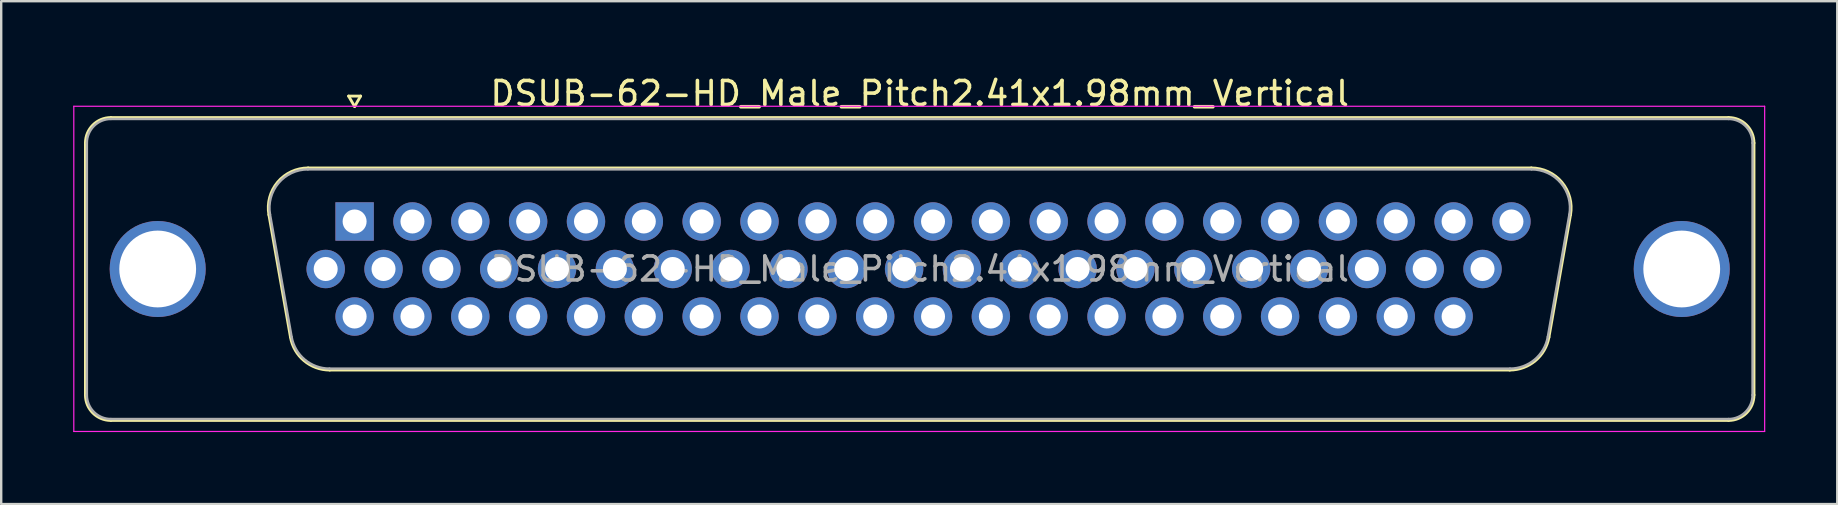
<source format=kicad_pcb>
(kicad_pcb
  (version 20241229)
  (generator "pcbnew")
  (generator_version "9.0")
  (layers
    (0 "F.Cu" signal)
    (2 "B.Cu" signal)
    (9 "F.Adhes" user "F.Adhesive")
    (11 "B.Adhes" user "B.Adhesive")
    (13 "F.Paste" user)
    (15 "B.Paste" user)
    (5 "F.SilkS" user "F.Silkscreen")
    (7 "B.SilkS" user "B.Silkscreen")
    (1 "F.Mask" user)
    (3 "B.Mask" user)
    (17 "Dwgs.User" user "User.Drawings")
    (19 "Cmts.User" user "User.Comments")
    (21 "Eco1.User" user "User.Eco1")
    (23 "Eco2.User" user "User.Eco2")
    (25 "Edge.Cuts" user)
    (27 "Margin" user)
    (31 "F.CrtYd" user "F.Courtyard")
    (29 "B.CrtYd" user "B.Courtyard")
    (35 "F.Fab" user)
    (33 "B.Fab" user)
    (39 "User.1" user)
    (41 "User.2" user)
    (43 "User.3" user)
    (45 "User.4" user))
  (footprint "DSUB-62-HD_Male_Pitch2.41x1.98mm_Vertical"
    (layer "F.Cu")
    (at 11.725 6.178)
    (property "Reference" "DSUB-62-HD_Male_Pitch2.41x1.98mm_Vertical" (at 23.545 -5.33 0) (layer "F.SilkS") (effects (font (size 1 1) (thickness 0.15))))
    (attr through_hole)
    (fp_line (start -11.215 7.23) (end -11.215 -3.27) (stroke (width 0.12) (type solid)) (layer "F.SilkS"))
    (fp_line (start -10.155 -4.33) (end 57.245 -4.33) (stroke (width 0.12) (type solid)) (layer "F.SilkS"))
    (fp_line (start -3.571 -0.282) (end -2.672 4.818) (stroke (width 0.12) (type solid)) (layer "F.SilkS"))
    (fp_line (start -1.937 -2.23) (end 49.027 -2.23) (stroke (width 0.12) (type solid)) (layer "F.SilkS"))
    (fp_line (start -1.037 6.19) (end 48.127 6.19) (stroke (width 0.12) (type solid)) (layer "F.SilkS"))
    (fp_line (start -0.25 -5.224) (end 0.25 -5.224) (stroke (width 0.12) (type solid)) (layer "F.SilkS"))
    (fp_line (start 0 -4.791) (end -0.25 -5.224) (stroke (width 0.12) (type solid)) (layer "F.SilkS"))
    (fp_line (start 0.25 -5.224) (end 0 -4.791) (stroke (width 0.12) (type solid)) (layer "F.SilkS"))
    (fp_line (start 50.661 -0.282) (end 49.762 4.818) (stroke (width 0.12) (type solid)) (layer "F.SilkS"))
    (fp_line (start 57.245 8.29) (end -10.155 8.29) (stroke (width 0.12) (type solid)) (layer "F.SilkS"))
    (fp_line (start 58.305 -3.27) (end 58.305 7.23) (stroke (width 0.12) (type solid)) (layer "F.SilkS"))
    (fp_arc (start -11.215 -3.27) (mid -10.904533 -4.019533) (end -10.155 -4.33) (stroke (width 0.12) (type solid)) (layer "F.SilkS"))
    (fp_arc (start -10.155 8.29) (mid -10.904533 7.979533) (end -11.215 7.23) (stroke (width 0.12) (type solid)) (layer "F.SilkS"))
    (fp_arc (start -3.57147 -0.281744) (mid -3.208323 -1.637028) (end -1.936689 -2.23) (stroke (width 0.12) (type solid)) (layer "F.SilkS"))
    (fp_arc (start -1.037421 6.19) (mid -2.104448 5.801634) (end -2.672202 4.818256) (stroke (width 0.12) (type solid)) (layer "F.SilkS"))
    (fp_arc (start 49.026689 -2.23) (mid 50.298323 -1.637027) (end 50.66147 -0.281744) (stroke (width 0.12) (type solid)) (layer "F.SilkS"))
    (fp_arc (start 49.762202 4.818256) (mid 49.194449 5.801634) (end 48.127421 6.19) (stroke (width 0.12) (type solid)) (layer "F.SilkS"))
    (fp_arc (start 57.245 -4.33) (mid 57.994533 -4.019533) (end 58.305 -3.27) (stroke (width 0.12) (type solid)) (layer "F.SilkS"))
    (fp_arc (start 58.305 7.23) (mid 57.994533 7.979533) (end 57.245 8.29) (stroke (width 0.12) (type solid)) (layer "F.SilkS"))
    (fp_line (start -11.7 -4.8) (end -11.7 8.75) (stroke (width 0.05) (type solid)) (layer "F.CrtYd"))
    (fp_line (start -11.7 8.75) (end 58.75 8.75) (stroke (width 0.05) (type solid)) (layer "F.CrtYd"))
    (fp_line (start 58.75 -4.8) (end -11.7 -4.8) (stroke (width 0.05) (type solid)) (layer "F.CrtYd"))
    (fp_line (start 58.75 8.75) (end 58.75 -4.8) (stroke (width 0.05) (type solid)) (layer "F.CrtYd"))
    (fp_line (start -11.155 7.23) (end -11.155 -3.27) (stroke (width 0.1) (type solid)) (layer "F.Fab"))
    (fp_line (start -10.155 -4.27) (end 57.245 -4.27) (stroke (width 0.1) (type solid)) (layer "F.Fab"))
    (fp_line (start -3.524 -0.292) (end -2.625 4.808) (stroke (width 0.1) (type solid)) (layer "F.Fab"))
    (fp_line (start -1.948 -2.17) (end 49.038 -2.17) (stroke (width 0.1) (type solid)) (layer "F.Fab"))
    (fp_line (start -1.049 6.13) (end 48.139 6.13) (stroke (width 0.1) (type solid)) (layer "F.Fab"))
    (fp_line (start 50.614 -0.292) (end 49.715 4.808) (stroke (width 0.1) (type solid)) (layer "F.Fab"))
    (fp_line (start 57.245 8.23) (end -10.155 8.23) (stroke (width 0.1) (type solid)) (layer "F.Fab"))
    (fp_line (start 58.245 -3.27) (end 58.245 7.23) (stroke (width 0.1) (type solid)) (layer "F.Fab"))
    (fp_arc (start -11.155 -3.27) (mid -10.862107 -3.977107) (end -10.155 -4.27) (stroke (width 0.1) (type solid)) (layer "F.Fab"))
    (fp_arc (start -10.155 8.23) (mid -10.862107 7.937107) (end -11.155 7.23) (stroke (width 0.1) (type solid)) (layer "F.Fab"))
    (fp_arc (start -3.523886 -0.292163) (mid -3.173865 -1.59846) (end -1.948194 -2.17) (stroke (width 0.1) (type solid)) (layer "F.Fab"))
    (fp_arc (start -1.048927 6.13) (mid -2.077387 5.755671) (end -2.624619 4.807837) (stroke (width 0.1) (type solid)) (layer "F.Fab"))
    (fp_arc (start 49.038194 -2.17) (mid 50.263865 -1.59846) (end 50.613886 -0.292163) (stroke (width 0.1) (type solid)) (layer "F.Fab"))
    (fp_arc (start 49.714619 4.807837) (mid 49.167387 5.755671) (end 48.138927 6.13) (stroke (width 0.1) (type solid)) (layer "F.Fab"))
    (fp_arc (start 57.245 -4.27) (mid 57.952107 -3.977107) (end 58.245 -3.27) (stroke (width 0.1) (type solid)) (layer "F.Fab"))
    (fp_arc (start 58.245 7.23) (mid 57.952107 7.937107) (end 57.245 8.23) (stroke (width 0.1) (type solid)) (layer "F.Fab"))
    (fp_text user "${REFERENCE}" (at 23.545 1.98 0) (layer "F.Fab") (effects (font (size 1 1) (thickness 0.15))))
    (pad "0" thru_hole circle (at -8.205 1.98) (size 4 4) (drill 3.2) (layers "*.Cu" "*.Mask"))
    (pad "0" thru_hole circle (at 55.295 1.98) (size 4 4) (drill 3.2) (layers "*.Cu" "*.Mask"))
    (pad "1" thru_hole rect (at 0 0) (size 1.6 1.6) (drill 1) (layers "*.Cu" "*.Mask"))
    (pad "2" thru_hole circle (at 2.41 0) (size 1.6 1.6) (drill 1) (layers "*.Cu" "*.Mask"))
    (pad "3" thru_hole circle (at 4.82 0) (size 1.6 1.6) (drill 1) (layers "*.Cu" "*.Mask"))
    (pad "4" thru_hole circle (at 7.23 0) (size 1.6 1.6) (drill 1) (layers "*.Cu" "*.Mask"))
    (pad "5" thru_hole circle (at 9.64 0) (size 1.6 1.6) (drill 1) (layers "*.Cu" "*.Mask"))
    (pad "6" thru_hole circle (at 12.05 0) (size 1.6 1.6) (drill 1) (layers "*.Cu" "*.Mask"))
    (pad "7" thru_hole circle (at 14.46 0) (size 1.6 1.6) (drill 1) (layers "*.Cu" "*.Mask"))
    (pad "8" thru_hole circle (at 16.87 0) (size 1.6 1.6) (drill 1) (layers "*.Cu" "*.Mask"))
    (pad "9" thru_hole circle (at 19.28 0) (size 1.6 1.6) (drill 1) (layers "*.Cu" "*.Mask"))
    (pad "10" thru_hole circle (at 21.69 0) (size 1.6 1.6) (drill 1) (layers "*.Cu" "*.Mask"))
    (pad "11" thru_hole circle (at 24.1 0) (size 1.6 1.6) (drill 1) (layers "*.Cu" "*.Mask"))
    (pad "12" thru_hole circle (at 26.51 0) (size 1.6 1.6) (drill 1) (layers "*.Cu" "*.Mask"))
    (pad "13" thru_hole circle (at 28.92 0) (size 1.6 1.6) (drill 1) (layers "*.Cu" "*.Mask"))
    (pad "14" thru_hole circle (at 31.33 0) (size 1.6 1.6) (drill 1) (layers "*.Cu" "*.Mask"))
    (pad "15" thru_hole circle (at 33.74 0) (size 1.6 1.6) (drill 1) (layers "*.Cu" "*.Mask"))
    (pad "16" thru_hole circle (at 36.15 0) (size 1.6 1.6) (drill 1) (layers "*.Cu" "*.Mask"))
    (pad "17" thru_hole circle (at 38.56 0) (size 1.6 1.6) (drill 1) (layers "*.Cu" "*.Mask"))
    (pad "18" thru_hole circle (at 40.97 0) (size 1.6 1.6) (drill 1) (layers "*.Cu" "*.Mask"))
    (pad "19" thru_hole circle (at 43.38 0) (size 1.6 1.6) (drill 1) (layers "*.Cu" "*.Mask"))
    (pad "20" thru_hole circle (at 45.79 0) (size 1.6 1.6) (drill 1) (layers "*.Cu" "*.Mask"))
    (pad "21" thru_hole circle (at 48.2 0) (size 1.6 1.6) (drill 1) (layers "*.Cu" "*.Mask"))
    (pad "22" thru_hole circle (at -1.205 1.98) (size 1.6 1.6) (drill 1) (layers "*.Cu" "*.Mask"))
    (pad "23" thru_hole circle (at 1.205 1.98) (size 1.6 1.6) (drill 1) (layers "*.Cu" "*.Mask"))
    (pad "24" thru_hole circle (at 3.615 1.98) (size 1.6 1.6) (drill 1) (layers "*.Cu" "*.Mask"))
    (pad "25" thru_hole circle (at 6.025 1.98) (size 1.6 1.6) (drill 1) (layers "*.Cu" "*.Mask"))
    (pad "26" thru_hole circle (at 8.435 1.98) (size 1.6 1.6) (drill 1) (layers "*.Cu" "*.Mask"))
    (pad "27" thru_hole circle (at 10.845 1.98) (size 1.6 1.6) (drill 1) (layers "*.Cu" "*.Mask"))
    (pad "28" thru_hole circle (at 13.255 1.98) (size 1.6 1.6) (drill 1) (layers "*.Cu" "*.Mask"))
    (pad "29" thru_hole circle (at 15.665 1.98) (size 1.6 1.6) (drill 1) (layers "*.Cu" "*.Mask"))
    (pad "30" thru_hole circle (at 18.075 1.98) (size 1.6 1.6) (drill 1) (layers "*.Cu" "*.Mask"))
    (pad "31" thru_hole circle (at 20.485 1.98) (size 1.6 1.6) (drill 1) (layers "*.Cu" "*.Mask"))
    (pad "32" thru_hole circle (at 22.895 1.98) (size 1.6 1.6) (drill 1) (layers "*.Cu" "*.Mask"))
    (pad "33" thru_hole circle (at 25.305 1.98) (size 1.6 1.6) (drill 1) (layers "*.Cu" "*.Mask"))
    (pad "34" thru_hole circle (at 27.715 1.98) (size 1.6 1.6) (drill 1) (layers "*.Cu" "*.Mask"))
    (pad "35" thru_hole circle (at 30.125 1.98) (size 1.6 1.6) (drill 1) (layers "*.Cu" "*.Mask"))
    (pad "36" thru_hole circle (at 32.535 1.98) (size 1.6 1.6) (drill 1) (layers "*.Cu" "*.Mask"))
    (pad "37" thru_hole circle (at 34.945 1.98) (size 1.6 1.6) (drill 1) (layers "*.Cu" "*.Mask"))
    (pad "38" thru_hole circle (at 37.355 1.98) (size 1.6 1.6) (drill 1) (layers "*.Cu" "*.Mask"))
    (pad "39" thru_hole circle (at 39.765 1.98) (size 1.6 1.6) (drill 1) (layers "*.Cu" "*.Mask"))
    (pad "40" thru_hole circle (at 42.175 1.98) (size 1.6 1.6) (drill 1) (layers "*.Cu" "*.Mask"))
    (pad "41" thru_hole circle (at 44.585 1.98) (size 1.6 1.6) (drill 1) (layers "*.Cu" "*.Mask"))
    (pad "42" thru_hole circle (at 46.995 1.98) (size 1.6 1.6) (drill 1) (layers "*.Cu" "*.Mask"))
    (pad "43" thru_hole circle (at 0 3.96) (size 1.6 1.6) (drill 1) (layers "*.Cu" "*.Mask"))
    (pad "44" thru_hole circle (at 2.41 3.96) (size 1.6 1.6) (drill 1) (layers "*.Cu" "*.Mask"))
    (pad "45" thru_hole circle (at 4.82 3.96) (size 1.6 1.6) (drill 1) (layers "*.Cu" "*.Mask"))
    (pad "46" thru_hole circle (at 7.23 3.96) (size 1.6 1.6) (drill 1) (layers "*.Cu" "*.Mask"))
    (pad "47" thru_hole circle (at 9.64 3.96) (size 1.6 1.6) (drill 1) (layers "*.Cu" "*.Mask"))
    (pad "48" thru_hole circle (at 12.05 3.96) (size 1.6 1.6) (drill 1) (layers "*.Cu" "*.Mask"))
    (pad "49" thru_hole circle (at 14.46 3.96) (size 1.6 1.6) (drill 1) (layers "*.Cu" "*.Mask"))
    (pad "50" thru_hole circle (at 16.87 3.96) (size 1.6 1.6) (drill 1) (layers "*.Cu" "*.Mask"))
    (pad "51" thru_hole circle (at 19.28 3.96) (size 1.6 1.6) (drill 1) (layers "*.Cu" "*.Mask"))
    (pad "52" thru_hole circle (at 21.69 3.96) (size 1.6 1.6) (drill 1) (layers "*.Cu" "*.Mask"))
    (pad "53" thru_hole circle (at 24.1 3.96) (size 1.6 1.6) (drill 1) (layers "*.Cu" "*.Mask"))
    (pad "54" thru_hole circle (at 26.51 3.96) (size 1.6 1.6) (drill 1) (layers "*.Cu" "*.Mask"))
    (pad "55" thru_hole circle (at 28.92 3.96) (size 1.6 1.6) (drill 1) (layers "*.Cu" "*.Mask"))
    (pad "56" thru_hole circle (at 31.33 3.96) (size 1.6 1.6) (drill 1) (layers "*.Cu" "*.Mask"))
    (pad "57" thru_hole circle (at 33.74 3.96) (size 1.6 1.6) (drill 1) (layers "*.Cu" "*.Mask"))
    (pad "58" thru_hole circle (at 36.15 3.96) (size 1.6 1.6) (drill 1) (layers "*.Cu" "*.Mask"))
    (pad "59" thru_hole circle (at 38.56 3.96) (size 1.6 1.6) (drill 1) (layers "*.Cu" "*.Mask"))
    (pad "60" thru_hole circle (at 40.97 3.96) (size 1.6 1.6) (drill 1) (layers "*.Cu" "*.Mask"))
    (pad "61" thru_hole circle (at 43.38 3.96) (size 1.6 1.6) (drill 1) (layers "*.Cu" "*.Mask"))
    (pad "62" thru_hole circle (at 45.79 3.96) (size 1.6 1.6) (drill 1) (layers "*.Cu" "*.Mask")))
  (gr_rect
    (start -3 -3)
    (end 73.5 17.953)
    (stroke (width 0.1) (type default))
    (fill no)
    (layer "Edge.Cuts")))
</source>
